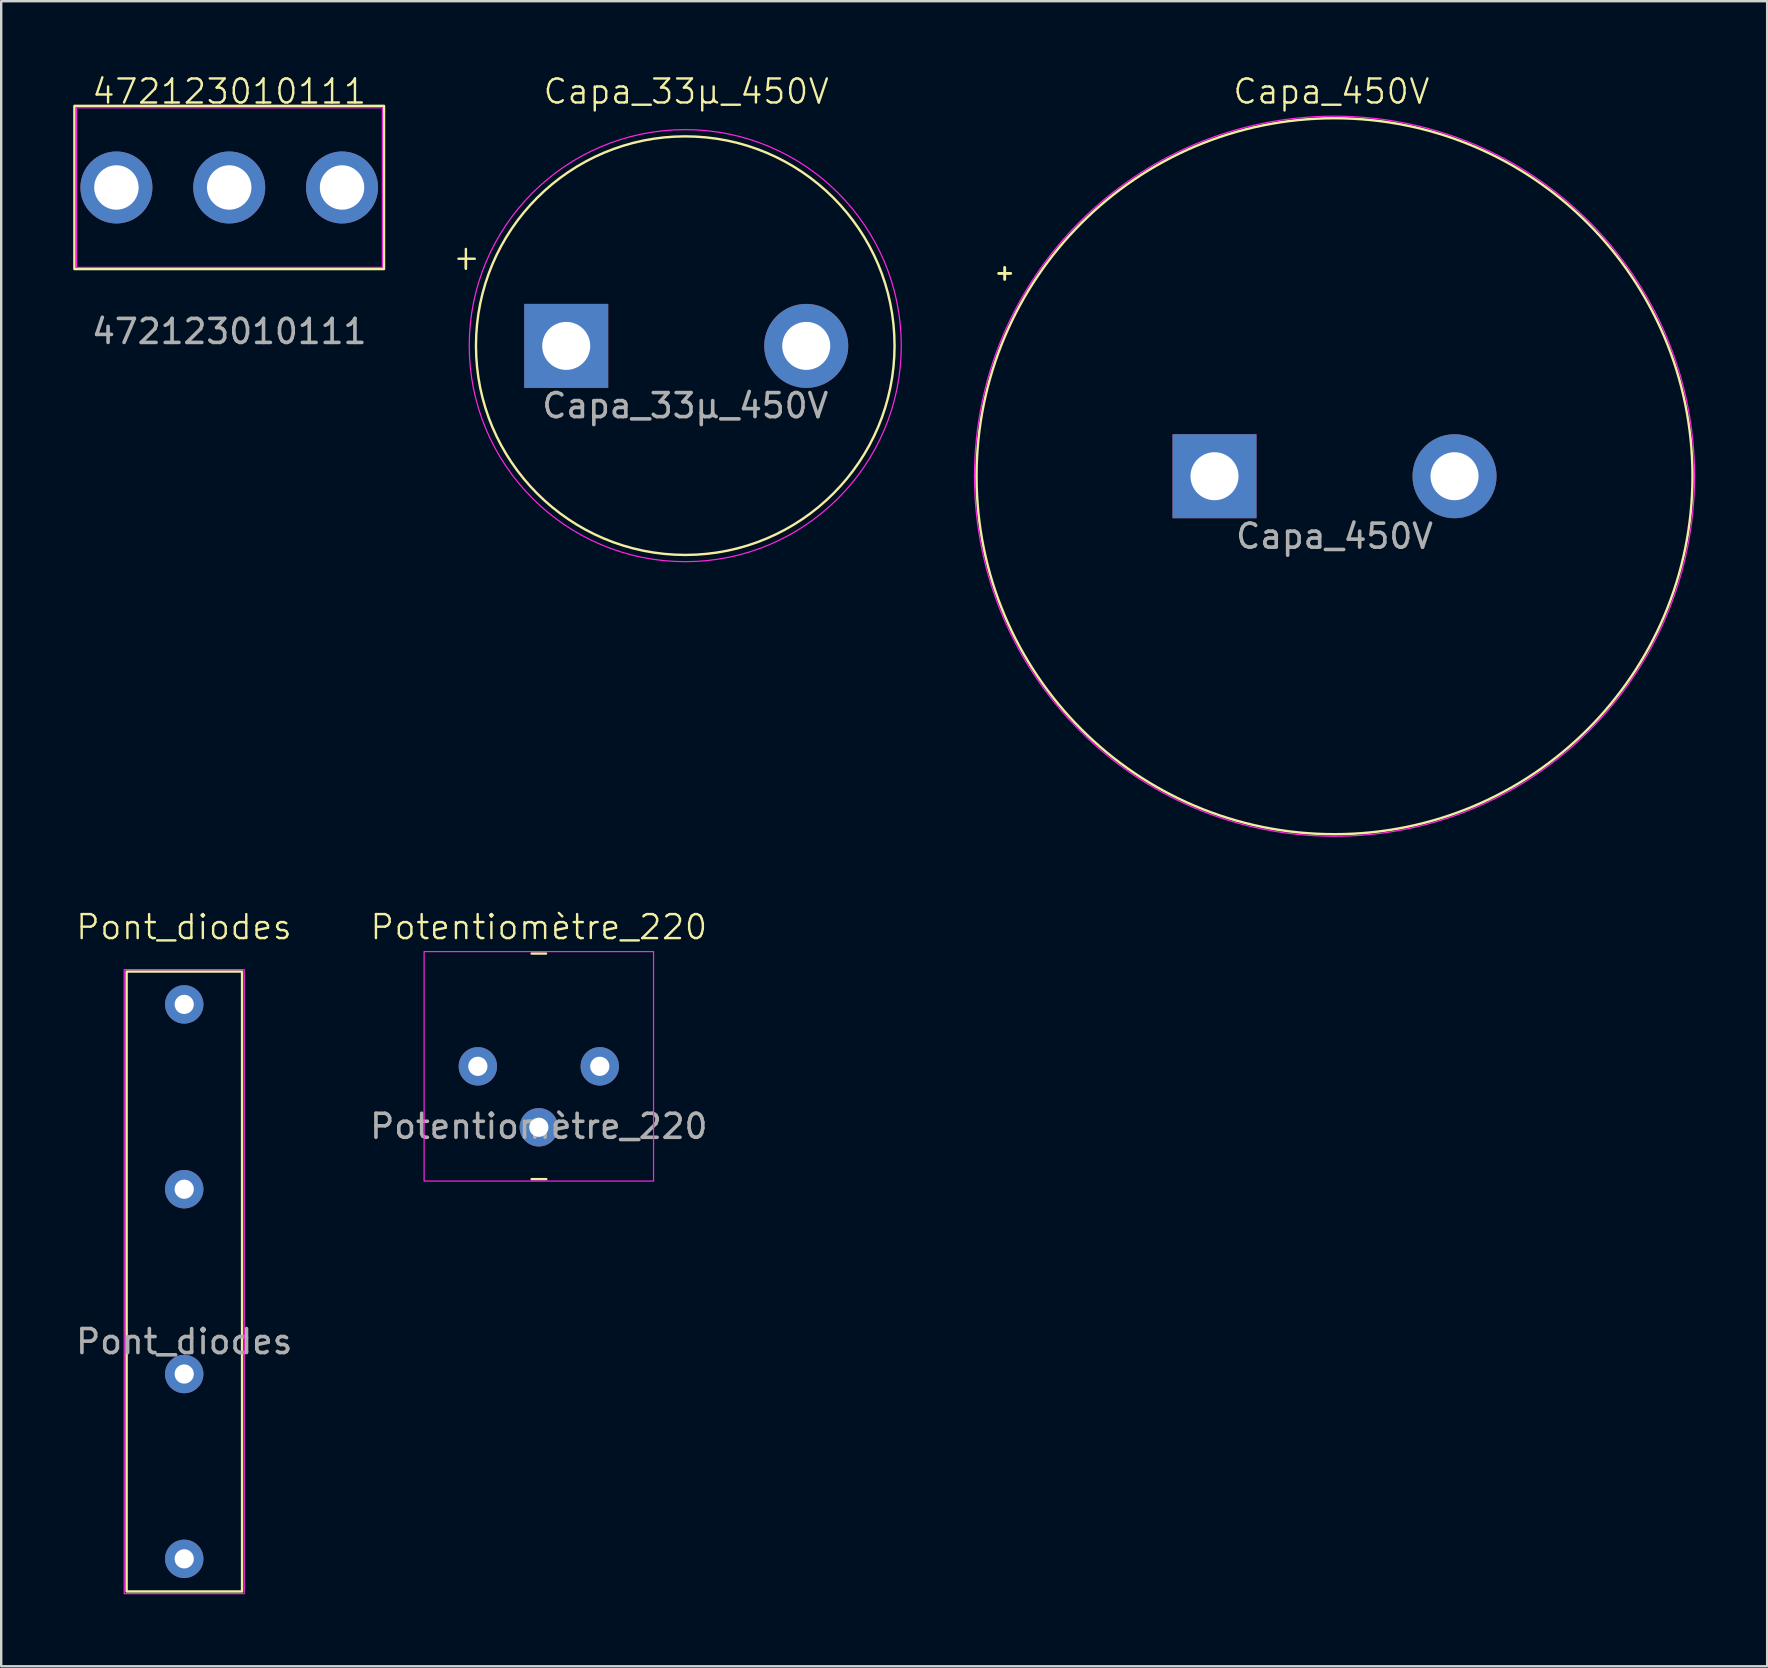
<source format=kicad_pcb>
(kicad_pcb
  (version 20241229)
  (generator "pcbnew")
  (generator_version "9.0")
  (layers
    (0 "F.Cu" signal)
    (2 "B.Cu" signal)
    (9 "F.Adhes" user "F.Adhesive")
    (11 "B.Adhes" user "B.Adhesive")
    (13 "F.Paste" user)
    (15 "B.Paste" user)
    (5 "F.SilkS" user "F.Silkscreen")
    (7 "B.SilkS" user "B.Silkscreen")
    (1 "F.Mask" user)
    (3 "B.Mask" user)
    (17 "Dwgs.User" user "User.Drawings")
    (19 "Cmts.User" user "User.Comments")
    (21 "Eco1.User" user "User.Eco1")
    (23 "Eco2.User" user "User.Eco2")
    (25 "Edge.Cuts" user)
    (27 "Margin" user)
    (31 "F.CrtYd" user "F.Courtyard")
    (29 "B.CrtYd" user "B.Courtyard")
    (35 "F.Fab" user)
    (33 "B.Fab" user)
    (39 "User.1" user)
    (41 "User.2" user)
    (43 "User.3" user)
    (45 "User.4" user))
  (footprint "Capa_33µ_450V"
    (layer "F.Cu")
    (at 25.5 11.351)
    (property "Reference" "Capa_33µ_450V" (at 0.04 -10.59 0) (unlocked yes) (layer "F.SilkS") (effects (font (size 1 1) (thickness 0.1))))
    (attr smd)
    (fp_line (start -9.14 -4.03) (end -9.14 -3.21) (stroke (width 0.1) (type default)) (layer "F.SilkS"))
    (fp_line (start -9.14 -3.21) (end -9.14 -3.62) (stroke (width 0.1) (type default)) (layer "F.SilkS"))
    (fp_line (start -8.77 -3.62) (end -9.45 -3.62) (stroke (width 0.1) (type default)) (layer "F.SilkS"))
    (fp_circle (center 0 0) (end -4.43 7.51) (stroke (width 0.1) (type default)) (fill no) (layer "F.SilkS"))
    (fp_circle (center 0 0) (end 9 0) (stroke (width 0.05) (type solid)) (fill no) (layer "F.CrtYd"))
    (fp_text user "${REFERENCE}" (at 0 2.5 0) (unlocked yes) (layer "F.Fab") (effects (font (size 1 1) (thickness 0.15))))
    (pad "1" thru_hole rect (at -4.96 0.01) (size 3.5 3.5) (drill 2) (layers "*.Cu" "*.Mask"))
    (pad "2" thru_hole oval (at 5.04 0.01) (size 3.5 3.5) (drill 2) (layers "*.Cu" "*.Mask")))
  (footprint "Potentiomètre_220"
    (layer "F.Cu")
    (at 19.399 41.376)
    (property "Reference" "Potentiomètre_220" (at 0 -5.8 0) (unlocked yes) (layer "F.SilkS") (effects (font (size 1 1) (thickness 0.1))))
    (attr smd)
    (fp_line (start -0.3 -4.7) (end 0.3 -4.7) (stroke (width 0.1) (type default)) (layer "F.SilkS"))
    (fp_line (start -0.3 4.7) (end 0.31 4.7) (stroke (width 0.1) (type default)) (layer "F.SilkS"))
    (fp_rect (start -4.78 -4.78) (end 4.78 4.78) (stroke (width 0.05) (type solid)) (fill no) (layer "F.CrtYd"))
    (fp_text user "${REFERENCE}" (at 0 2.5 0) (unlocked yes) (layer "F.Fab") (effects (font (size 1 1) (thickness 0.15))))
    (pad "1" thru_hole oval (at 2.54 0) (size 1.6 1.6) (drill 0.8) (layers "*.Cu" "*.Mask"))
    (pad "2" thru_hole oval (at 0 2.54) (size 1.6 1.6) (drill 0.8) (layers "*.Cu" "*.Mask"))
    (pad "3" thru_hole oval (at -2.54 0) (size 1.6 1.6) (drill 0.8) (layers "*.Cu" "*.Mask")))
  (footprint "Pont_diodes"
    (layer "F.Cu")
    (at 4.625 50.346)
    (property "Reference" "Pont_diodes" (at -0.01 -14.77 0) (unlocked yes) (layer "F.SilkS") (effects (font (size 1 1) (thickness 0.1))))
    (attr smd)
    (fp_rect (start -2.4 -12.92) (end 2.41 12.91) (stroke (width 0.1) (type default)) (fill no) (layer "F.SilkS"))
    (fp_rect (start -2.5 -13) (end 2.5 13) (stroke (width 0.05) (type solid)) (fill no) (layer "F.CrtYd"))
    (fp_text user "${REFERENCE}" (at 0 2.5 0) (unlocked yes) (layer "F.Fab") (effects (font (size 1 1) (thickness 0.15))))
    (pad "1" thru_hole oval (at 0 11.55) (size 1.6 1.6) (drill 0.8) (layers "*.Cu" "*.Mask"))
    (pad "2" thru_hole oval (at 0 3.85) (size 1.6 1.6) (drill 0.8) (layers "*.Cu" "*.Mask"))
    (pad "3" thru_hole oval (at 0 -3.85) (size 1.6 1.6) (drill 0.8) (layers "*.Cu" "*.Mask"))
    (pad "4" thru_hole oval (at 0 -11.55) (size 1.6 1.6) (drill 0.8) (layers "*.Cu" "*.Mask")))
  (footprint "Capa_450V"
    (layer "F.Cu")
    (at 52.55 16.791)
    (property "Reference" "Capa_450V" (at -0.13 -16.03 0) (unlocked yes) (layer "F.SilkS") (effects (font (size 1 1) (thickness 0.1))))
    (attr smd)
    (fp_line (start -13.992 -8.45) (end -13.492 -8.45) (stroke (width 0.12) (type solid)) (layer "F.SilkS"))
    (fp_line (start -13.742 -8.2) (end -13.742 -8.7) (stroke (width 0.12) (type solid)) (layer "F.SilkS"))
    (fp_circle (center 0 0) (end 2.52 14.7) (stroke (width 0.1) (type default)) (fill no) (layer "F.SilkS"))
    (fp_circle (center 0 0) (end 15 0) (stroke (width 0.05) (type solid)) (fill no) (layer "F.CrtYd"))
    (fp_text user "${REFERENCE}" (at 0 2.5 0) (unlocked yes) (layer "F.Fab") (effects (font (size 1 1) (thickness 0.15))))
    (pad "1" thru_hole rect (at -5 0) (size 3.5 3.5) (drill 2) (layers "*.Cu" "*.Mask"))
    (pad "2" thru_hole oval (at 5 0) (size 3.5 3.5) (drill 2) (layers "*.Cu" "*.Mask")))
  (footprint "472123010111"
    (layer "F.Cu")
    (at 6.5 4.761)
    (property "Reference" "472123010111" (at 0 -4 0) (unlocked yes) (layer "F.SilkS") (effects (font (size 1 1) (thickness 0.1))))
    (attr through_hole)
    (fp_rect (start -6.45 -3.4) (end 6.45 3.4) (stroke (width 0.1) (type default)) (fill no) (layer "F.SilkS"))
    (fp_rect (start -6.36 -3.32) (end 6.38 3.33) (stroke (width 0.05) (type default)) (fill no) (layer "F.CrtYd"))
    (fp_text user "${REFERENCE}" (at 0 6 0) (unlocked yes) (layer "F.Fab") (effects (font (size 1 1) (thickness 0.15))))
    (pad "1" thru_hole circle (at -4.7 0) (size 3 3) (drill 1.85) (layers "*.Cu" "*.Mask"))
    (pad "2" thru_hole circle (at 0 0) (size 3 3) (drill 1.85) (layers "*.Cu" "*.Mask"))
    (pad "3" thru_hole circle (at 4.7 0) (size 3 3) (drill 1.85) (layers "*.Cu" "*.Mask")))
  (gr_rect
    (start -3 -3)
    (end 70.575 66.371)
    (stroke (width 0.1) (type default))
    (fill no)
    (layer "Edge.Cuts")))
</source>
